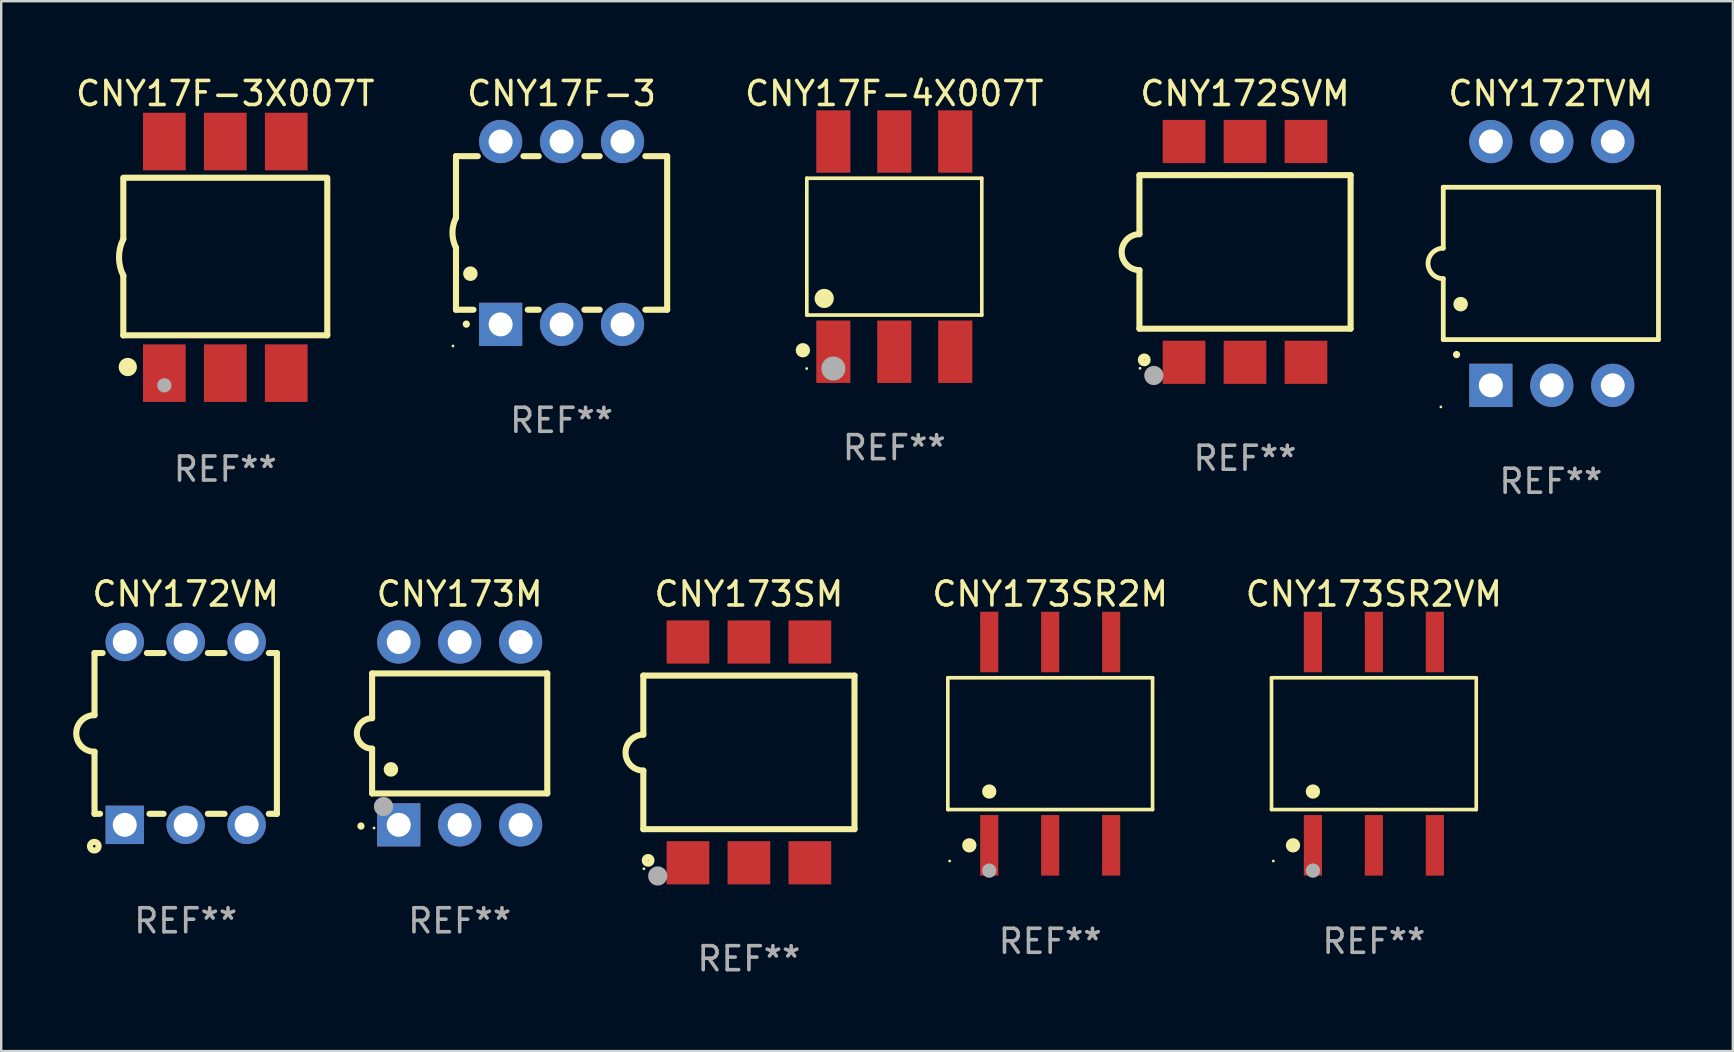
<source format=kicad_pcb>
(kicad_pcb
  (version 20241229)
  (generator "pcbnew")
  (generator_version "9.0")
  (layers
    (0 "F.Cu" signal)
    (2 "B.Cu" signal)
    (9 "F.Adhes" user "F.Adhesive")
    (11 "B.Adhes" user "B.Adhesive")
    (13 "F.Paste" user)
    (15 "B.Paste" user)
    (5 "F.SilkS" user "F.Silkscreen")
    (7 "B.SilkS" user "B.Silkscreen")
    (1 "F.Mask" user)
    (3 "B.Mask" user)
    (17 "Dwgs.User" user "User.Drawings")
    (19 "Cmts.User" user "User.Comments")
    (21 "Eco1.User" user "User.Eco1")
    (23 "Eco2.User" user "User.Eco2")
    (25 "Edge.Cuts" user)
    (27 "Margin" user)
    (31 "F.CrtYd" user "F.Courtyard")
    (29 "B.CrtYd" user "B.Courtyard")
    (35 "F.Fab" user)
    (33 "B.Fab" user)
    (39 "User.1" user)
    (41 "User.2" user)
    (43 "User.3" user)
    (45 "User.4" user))
  (footprint "CNY173SM"
    (layer "F.Cu")
    (at 28.16 28.305)
    (property "Reference" "CNY173SM" (at 0 -6.6 0) (layer "F.SilkS") (effects (font (size 1 1) (thickness 0.15))))
    (attr through_hole)
    (fp_line (start -4.4 -3.2) (end 4.4 -3.2) (stroke (width 0.254) (type solid)) (layer "F.SilkS"))
    (fp_line (start -4.4 -0.74) (end -4.4 -3.2) (stroke (width 0.254) (type solid)) (layer "F.SilkS"))
    (fp_line (start -4.4 3.2) (end -4.4 0.76) (stroke (width 0.254) (type solid)) (layer "F.SilkS"))
    (fp_line (start 4.4 -3.2) (end 4.4 3.2) (stroke (width 0.254) (type solid)) (layer "F.SilkS"))
    (fp_line (start 4.4 3.2) (end -4.4 3.2) (stroke (width 0.254) (type solid)) (layer "F.SilkS"))
    (fp_arc (start -4.4 0.76002) (mid -5.148869 0.010084) (end -4.399289 -0.73914) (stroke (width 0.254001) (type solid)) (layer "F.SilkS"))
    (fp_circle (center -4.377 4.85) (end -4.347 4.85) (stroke (width 0.06) (type solid)) (fill no) (layer "F.SilkS"))
    (fp_circle (center -4.2 4.5) (end -4.058 4.5) (stroke (width 0.254) (type solid)) (fill no) (layer "F.SilkS"))
    (fp_circle (center -3.8 5.15) (end -3.6 5.15) (stroke (width 0.4) (type solid)) (fill no) (layer "F.Fab"))
    (fp_text user "REF**" (at 0 8.6 0) (layer "F.Fab") (effects (font (size 1 1) (thickness 0.15))))
    (pad "1" smd rect (at -2.54 4.6) (size 1.78 1.8) (layers "F.Cu" "F.Mask" "F.Paste"))
    (pad "2" smd rect (at 0 4.6) (size 1.78 1.8) (layers "F.Cu" "F.Mask" "F.Paste"))
    (pad "3" smd rect (at 2.54 4.6) (size 1.78 1.8) (layers "F.Cu" "F.Mask" "F.Paste"))
    (pad "4" smd rect (at 2.54 -4.6) (size 1.78 1.8) (layers "F.Cu" "F.Mask" "F.Paste"))
    (pad "5" smd rect (at 0 -4.6) (size 1.78 1.8) (layers "F.Cu" "F.Mask" "F.Paste"))
    (pad "6" smd rect (at -2.54 -4.6) (size 1.78 1.8) (layers "F.Cu" "F.Mask" "F.Paste")))
  (footprint "CNY172SVM"
    (layer "F.Cu")
    (at 48.835 7.448)
    (property "Reference" "CNY172SVM" (at 0 -6.6 0) (layer "F.SilkS") (effects (font (size 1 1) (thickness 0.15))))
    (attr through_hole)
    (fp_line (start -4.4 -3.2) (end 4.4 -3.2) (stroke (width 0.254) (type solid)) (layer "F.SilkS"))
    (fp_line (start -4.4 -0.74) (end -4.4 -3.2) (stroke (width 0.254) (type solid)) (layer "F.SilkS"))
    (fp_line (start -4.4 3.2) (end -4.4 0.76) (stroke (width 0.254) (type solid)) (layer "F.SilkS"))
    (fp_line (start 4.4 -3.2) (end 4.4 3.2) (stroke (width 0.254) (type solid)) (layer "F.SilkS"))
    (fp_line (start 4.4 3.2) (end -4.4 3.2) (stroke (width 0.254) (type solid)) (layer "F.SilkS"))
    (fp_arc (start -4.4 0.76002) (mid -5.148869 0.010084) (end -4.399289 -0.73914) (stroke (width 0.254001) (type solid)) (layer "F.SilkS"))
    (fp_circle (center -4.377 4.85) (end -4.347 4.85) (stroke (width 0.06) (type solid)) (fill no) (layer "F.SilkS"))
    (fp_circle (center -4.2 4.5) (end -4.058 4.5) (stroke (width 0.254) (type solid)) (fill no) (layer "F.SilkS"))
    (fp_circle (center -3.8 5.15) (end -3.6 5.15) (stroke (width 0.4) (type solid)) (fill no) (layer "F.Fab"))
    (fp_text user "REF**" (at 0 8.6 0) (layer "F.Fab") (effects (font (size 1 1) (thickness 0.15))))
    (pad "1" smd rect (at -2.54 4.6) (size 1.78 1.8) (layers "F.Cu" "F.Mask" "F.Paste"))
    (pad "2" smd rect (at 0 4.6) (size 1.78 1.8) (layers "F.Cu" "F.Mask" "F.Paste"))
    (pad "3" smd rect (at 2.54 4.6) (size 1.78 1.8) (layers "F.Cu" "F.Mask" "F.Paste"))
    (pad "4" smd rect (at 2.54 -4.6) (size 1.78 1.8) (layers "F.Cu" "F.Mask" "F.Paste"))
    (pad "5" smd rect (at 0 -4.6) (size 1.78 1.8) (layers "F.Cu" "F.Mask" "F.Paste"))
    (pad "6" smd rect (at -2.54 -4.6) (size 1.78 1.8) (layers "F.Cu" "F.Mask" "F.Paste")))
  (footprint "CNY17F-4X007T"
    (layer "F.Cu")
    (at 34.219 7.228)
    (property "Reference" "CNY17F-4X007T" (at 0 -6.38 0) (layer "F.SilkS") (effects (font (size 1 1) (thickness 0.15))))
    (attr through_hole)
    (fp_line (start -3.646 -2.851) (end 3.646 -2.851) (stroke (width 0.152) (type solid)) (layer "F.SilkS"))
    (fp_line (start -3.646 2.851) (end -3.646 -2.851) (stroke (width 0.152) (type solid)) (layer "F.SilkS"))
    (fp_line (start 3.646 -2.851) (end 3.646 2.851) (stroke (width 0.152) (type solid)) (layer "F.SilkS"))
    (fp_line (start 3.646 2.851) (end -3.646 2.851) (stroke (width 0.152) (type solid)) (layer "F.SilkS"))
    (fp_circle (center -3.81 4.318) (end -3.66 4.318) (stroke (width 0.3) (type solid)) (fill no) (layer "F.SilkS"))
    (fp_circle (center -3.65 5.08) (end -3.62 5.08) (stroke (width 0.06) (type solid)) (fill no) (layer "F.SilkS"))
    (fp_circle (center -2.921 2.159) (end -2.721 2.159) (stroke (width 0.4) (type solid)) (fill no) (layer "F.SilkS"))
    (fp_circle (center -2.54 5.08) (end -2.29 5.08) (stroke (width 0.5) (type solid)) (fill no) (layer "F.Fab"))
    (fp_text user "REF**" (at 0 8.38 0) (layer "F.Fab") (effects (font (size 1 1) (thickness 0.15))))
    (pad "1" smd rect (at -2.54 4.38) (size 1.422 2.6) (layers "F.Cu" "F.Mask" "F.Paste"))
    (pad "2" smd rect (at 0 4.38) (size 1.422 2.6) (layers "F.Cu" "F.Mask" "F.Paste"))
    (pad "3" smd rect (at 2.54 4.38) (size 1.422 2.6) (layers "F.Cu" "F.Mask" "F.Paste"))
    (pad "4" smd rect (at 2.54 -4.38) (size 1.422 2.6) (layers "F.Cu" "F.Mask" "F.Paste"))
    (pad "5" smd rect (at 0 -4.38) (size 1.422 2.6) (layers "F.Cu" "F.Mask" "F.Paste"))
    (pad "6" smd rect (at -2.54 -4.38) (size 1.422 2.6) (layers "F.Cu" "F.Mask" "F.Paste")))
  (footprint "CNY17F-3X007T"
    (layer "F.Cu")
    (at 6.339 7.674)
    (property "Reference" "CNY17F-3X007T" (at 0 -6.826 0) (layer "F.SilkS") (effects (font (size 1 1) (thickness 0.15))))
    (attr through_hole)
    (fp_line (start -4.25 -3.317) (end 4.25 -3.317) (stroke (width 0.254) (type solid)) (layer "F.SilkS"))
    (fp_line (start -4.25 -3.25) (end -4.25 -0.762) (stroke (width 0.254) (type solid)) (layer "F.SilkS"))
    (fp_line (start -4.25 3.25) (end -4.25 0.762) (stroke (width 0.254) (type solid)) (layer "F.SilkS"))
    (fp_line (start 4.25 -3.25) (end 4.25 3.25) (stroke (width 0.254) (type solid)) (layer "F.SilkS"))
    (fp_line (start 4.25 3.25) (end -4.25 3.25) (stroke (width 0.254) (type solid)) (layer "F.SilkS"))
    (fp_arc (start -4.249429 0.762001) (mid -4.429513 0.000068) (end -4.250013 -0.762002) (stroke (width 0.254001) (type solid)) (layer "F.SilkS"))
    (fp_circle (center -4.123 4.473) (end -3.996 4.473) (stroke (width 0.254) (type solid)) (fill no) (layer "F.SilkS"))
    (fp_circle (center -4.064 4.572) (end -3.81 4.572) (stroke (width 0.254) (type solid)) (fill no) (layer "F.SilkS"))
    (fp_circle (center -2.54 5.334) (end -2.39 5.334) (stroke (width 0.3) (type solid)) (fill no) (layer "F.Fab"))
    (fp_text user "REF**" (at 0 8.826 0) (layer "F.Fab") (effects (font (size 1 1) (thickness 0.15))))
    (pad "1" smd rect (at -2.54 4.826) (size 1.78 2.4) (layers "F.Cu" "F.Mask" "F.Paste"))
    (pad "2" smd rect (at 0 4.826) (size 1.78 2.4) (layers "F.Cu" "F.Mask" "F.Paste"))
    (pad "3" smd rect (at 2.54 4.826) (size 1.78 2.4) (layers "F.Cu" "F.Mask" "F.Paste"))
    (pad "4" smd rect (at 2.54 -4.826) (size 1.78 2.4) (layers "F.Cu" "F.Mask" "F.Paste"))
    (pad "5" smd rect (at 0 -4.826) (size 1.78 2.4) (layers "F.Cu" "F.Mask" "F.Paste"))
    (pad "6" smd rect (at -2.54 -4.826) (size 1.78 2.4) (layers "F.Cu" "F.Mask" "F.Paste")))
  (footprint "CNY17F-3"
    (layer "F.Cu")
    (at 20.353 6.658)
    (property "Reference" "CNY17F-3" (at 0 -5.81 0) (layer "F.SilkS") (effects (font (size 1 1) (thickness 0.15))))
    (attr through_hole)
    (fp_line (start -4.4 -3.2) (end -4.4 -0.635) (stroke (width 0.254) (type solid)) (layer "F.SilkS"))
    (fp_line (start -4.4 -3.2) (end -3.492 -3.2) (stroke (width 0.254) (type solid)) (layer "F.SilkS"))
    (fp_line (start -4.4 3.2) (end -4.4 0.619) (stroke (width 0.254) (type solid)) (layer "F.SilkS"))
    (fp_line (start -3.671 3.2) (end -4.4 3.2) (stroke (width 0.254) (type solid)) (layer "F.SilkS"))
    (fp_line (start -1.588 -3.2) (end -0.952 -3.2) (stroke (width 0.254) (type solid)) (layer "F.SilkS"))
    (fp_line (start -0.952 3.2) (end -1.409 3.2) (stroke (width 0.254) (type solid)) (layer "F.SilkS"))
    (fp_line (start 0.952 -3.2) (end 1.588 -3.2) (stroke (width 0.254) (type solid)) (layer "F.SilkS"))
    (fp_line (start 1.588 3.2) (end 0.952 3.2) (stroke (width 0.254) (type solid)) (layer "F.SilkS"))
    (fp_line (start 3.492 -3.2) (end 4.4 -3.2) (stroke (width 0.254) (type solid)) (layer "F.SilkS"))
    (fp_line (start 4.4 -3.2) (end 4.4 3.2) (stroke (width 0.254) (type solid)) (layer "F.SilkS"))
    (fp_line (start 4.4 3.2) (end 3.492 3.2) (stroke (width 0.254) (type solid)) (layer "F.SilkS"))
    (fp_arc (start -4.399288 0.619762) (mid -4.547636 -0.007536) (end -4.4 -0.635001) (stroke (width 0.254001) (type solid)) (layer "F.SilkS"))
    (fp_arc (start -3.970028 3.799848) (mid -3.970033 3.798578) (end -3.970028 3.797308) (stroke (width 0.3) (type solid)) (layer "F.SilkS"))
    (fp_arc (start -3.799848 1.699263) (mid -3.799859 1.696723) (end -3.799848 1.694183) (stroke (width 0.6) (type solid)) (layer "F.SilkS"))
    (fp_circle (center -4.527 4.71) (end -4.497 4.71) (stroke (width 0.06) (type solid)) (fill no) (layer "F.SilkS"))
    (fp_text user "REF**" (at 0 7.81 0) (layer "F.Fab") (effects (font (size 1 1) (thickness 0.15))))
    (pad "1" thru_hole rect (at -2.54 3.81 180) (size 1.8 1.8) (drill 1) (layers "*.Cu" "*.Mask"))
    (pad "2" thru_hole circle (at 0 3.81) (size 1.8 1.8) (drill 1) (layers "*.Cu" "*.Mask"))
    (pad "3" thru_hole circle (at 2.54 3.81) (size 1.8 1.8) (drill 1) (layers "*.Cu" "*.Mask"))
    (pad "4" thru_hole circle (at 2.54 -3.81) (size 1.8 1.8) (drill 1) (layers "*.Cu" "*.Mask"))
    (pad "5" thru_hole circle (at 0 -3.81) (size 1.8 1.8) (drill 1) (layers "*.Cu" "*.Mask"))
    (pad "6" thru_hole circle (at -2.54 -3.81) (size 1.8 1.8) (drill 1) (layers "*.Cu" "*.Mask")))
  (footprint "CNY173SR2M"
    (layer "F.Cu")
    (at 40.716 27.942)
    (property "Reference" "CNY173SR2M" (at 0 -6.237 0) (layer "F.SilkS") (effects (font (size 1 1) (thickness 0.15))))
    (attr through_hole)
    (fp_line (start -4.266 -2.746) (end 4.266 -2.746) (stroke (width 0.152) (type solid)) (layer "F.SilkS"))
    (fp_line (start -4.266 2.746) (end -4.266 -2.746) (stroke (width 0.152) (type solid)) (layer "F.SilkS"))
    (fp_line (start 4.266 -2.746) (end 4.266 2.746) (stroke (width 0.152) (type solid)) (layer "F.SilkS"))
    (fp_line (start 4.266 2.746) (end -4.266 2.746) (stroke (width 0.152) (type solid)) (layer "F.SilkS"))
    (fp_circle (center -4.19 4.89) (end -4.16 4.89) (stroke (width 0.06) (type solid)) (fill no) (layer "F.SilkS"))
    (fp_circle (center -3.37 4.237) (end -3.22 4.237) (stroke (width 0.3) (type solid)) (fill no) (layer "F.SilkS"))
    (fp_circle (center -2.54 1.994) (end -2.39 1.994) (stroke (width 0.3) (type solid)) (fill no) (layer "F.SilkS"))
    (fp_circle (center -2.54 5.29) (end -2.39 5.29) (stroke (width 0.3) (type solid)) (fill no) (layer "F.Fab"))
    (fp_text user "REF**" (at 0 8.237 0) (layer "F.Fab") (effects (font (size 1 1) (thickness 0.15))))
    (pad "1" smd rect (at -2.54 4.237) (size 0.756 2.524) (layers "F.Cu" "F.Mask" "F.Paste"))
    (pad "2" smd rect (at 0 4.237) (size 0.756 2.524) (layers "F.Cu" "F.Mask" "F.Paste"))
    (pad "3" smd rect (at 2.54 4.237) (size 0.756 2.524) (layers "F.Cu" "F.Mask" "F.Paste"))
    (pad "4" smd rect (at 2.54 -4.237) (size 0.756 2.524) (layers "F.Cu" "F.Mask" "F.Paste"))
    (pad "5" smd rect (at 0 -4.237) (size 0.756 2.524) (layers "F.Cu" "F.Mask" "F.Paste"))
    (pad "6" smd rect (at -2.54 -4.237) (size 0.756 2.524) (layers "F.Cu" "F.Mask" "F.Paste")))
  (footprint "CNY173M"
    (layer "F.Cu")
    (at 16.107 27.515)
    (property "Reference" "CNY173M" (at 0 -5.81 0) (layer "F.SilkS") (effects (font (size 1 1) (thickness 0.15))))
    (attr through_hole)
    (fp_line (start -3.65 -2.5) (end 3.65 -2.5) (stroke (width 0.254) (type solid)) (layer "F.SilkS"))
    (fp_line (start -3.65 -0.635) (end -3.65 -2.5) (stroke (width 0.254) (type solid)) (layer "F.SilkS"))
    (fp_line (start -3.65 0.635) (end -3.65 2.5) (stroke (width 0.254) (type solid)) (layer "F.SilkS"))
    (fp_line (start -3.65 2.5) (end 3.65 2.5) (stroke (width 0.254) (type solid)) (layer "F.SilkS"))
    (fp_line (start 3.65 -2.5) (end 3.65 2.5) (stroke (width 0.254) (type solid)) (layer "F.SilkS"))
    (fp_arc (start -4.114808 3.860808) (mid -4.114813 3.859538) (end -4.114808 3.858268) (stroke (width 0.3) (type solid)) (layer "F.SilkS"))
    (fp_arc (start -3.650013 0.635001) (mid -4.285014 0) (end -3.650013 -0.635001) (stroke (width 0.254001) (type solid)) (layer "F.SilkS"))
    (fp_arc (start -2.865405 1.501143) (mid -2.865416 1.498603) (end -2.865405 1.496063) (stroke (width 0.6) (type solid)) (layer "F.SilkS"))
    (fp_circle (center -3.57 3.94) (end -3.54 3.94) (stroke (width 0.06) (type solid)) (fill no) (layer "F.SilkS"))
    (fp_circle (center -3.175 3.048) (end -2.975 3.048) (stroke (width 0.4) (type solid)) (fill no) (layer "F.Fab"))
    (fp_text user "REF**" (at 0 7.81 0) (layer "F.Fab") (effects (font (size 1 1) (thickness 0.15))))
    (pad "1" thru_hole rect (at -2.54 3.81 90) (size 1.8 1.8) (drill 1) (layers "*.Cu" "*.Mask"))
    (pad "2" thru_hole circle (at 0 3.81) (size 1.8 1.8) (drill 1) (layers "*.Cu" "*.Mask"))
    (pad "3" thru_hole circle (at 2.54 3.81) (size 1.8 1.8) (drill 1) (layers "*.Cu" "*.Mask"))
    (pad "4" thru_hole circle (at 2.54 -3.81) (size 1.8 1.8) (drill 1) (layers "*.Cu" "*.Mask"))
    (pad "5" thru_hole circle (at 0 -3.81) (size 1.8 1.8) (drill 1) (layers "*.Cu" "*.Mask"))
    (pad "6" thru_hole circle (at -2.54 -3.81) (size 1.8 1.8) (drill 1) (layers "*.Cu" "*.Mask")))
  (footprint "CNY172TVM"
    (layer "F.Cu")
    (at 61.581 7.928)
    (property "Reference" "CNY172TVM" (at 0 -7.08 0) (layer "F.SilkS") (effects (font (size 1 1) (thickness 0.15))))
    (attr through_hole)
    (fp_line (start -4.484 -3.175) (end 4.484 -3.175) (stroke (width 0.2) (type solid)) (layer "F.SilkS"))
    (fp_line (start -4.484 -0.635) (end -4.484 -3.175) (stroke (width 0.2) (type solid)) (layer "F.SilkS"))
    (fp_line (start -4.484 0.635) (end -4.484 3.175) (stroke (width 0.2) (type solid)) (layer "F.SilkS"))
    (fp_line (start -4.484 3.175) (end 4.484 3.175) (stroke (width 0.2) (type solid)) (layer "F.SilkS"))
    (fp_line (start 4.484 -3.175) (end 4.484 3.175) (stroke (width 0.2) (type solid)) (layer "F.SilkS"))
    (fp_arc (start -4.484379 0.635001) (mid -5.11938 0) (end -4.484379 -0.635001) (stroke (width 0.2) (type solid)) (layer "F.SilkS"))
    (fp_arc (start -3.930658 3.799848) (mid -3.930663 3.798578) (end -3.930658 3.797308) (stroke (width 0.3) (type solid)) (layer "F.SilkS"))
    (fp_arc (start -3.760478 1.699263) (mid -3.760489 1.696723) (end -3.760478 1.694183) (stroke (width 0.6) (type solid)) (layer "F.SilkS"))
    (fp_circle (center -4.584 5.98) (end -4.554 5.98) (stroke (width 0.06) (type solid)) (fill no) (layer "F.SilkS"))
    (fp_text user "REF**" (at 0 9.08 0) (layer "F.Fab") (effects (font (size 1 1) (thickness 0.15))))
    (pad "1" thru_hole rect (at -2.501 5.08 90) (size 1.8 1.8) (drill 1) (layers "*.Cu" "*.Mask"))
    (pad "2" thru_hole circle (at 0.039 5.08) (size 1.8 1.8) (drill 1) (layers "*.Cu" "*.Mask"))
    (pad "3" thru_hole circle (at 2.579 5.08) (size 1.8 1.8) (drill 1) (layers "*.Cu" "*.Mask"))
    (pad "4" thru_hole circle (at 2.579 -5.08) (size 1.8 1.8) (drill 1) (layers "*.Cu" "*.Mask"))
    (pad "5" thru_hole circle (at 0.039 -5.08) (size 1.8 1.8) (drill 1) (layers "*.Cu" "*.Mask"))
    (pad "6" thru_hole circle (at -2.501 -5.08) (size 1.8 1.8) (drill 1) (layers "*.Cu" "*.Mask")))
  (footprint "CNY172VM"
    (layer "F.Cu")
    (at 4.689 27.515)
    (property "Reference" "CNY172VM" (at 0 -5.81 0) (layer "F.SilkS") (effects (font (size 1 1) (thickness 0.15))))
    (attr through_hole)
    (fp_line (start -3.8 3.35) (end -3.8 0.762) (stroke (width 0.254) (type solid)) (layer "F.SilkS"))
    (fp_line (start -3.8 3.35) (end -3.571 3.35) (stroke (width 0.254) (type solid)) (layer "F.SilkS"))
    (fp_line (start -3.8 -3.35) (end -3.8 -0.762) (stroke (width 0.254) (type solid)) (layer "F.SilkS"))
    (fp_line (start -3.8 -3.35) (end -3.463 -3.35) (stroke (width 0.254) (type solid)) (layer "F.SilkS"))
    (fp_line (start -1.617 -3.35) (end -0.923 -3.35) (stroke (width 0.254) (type solid)) (layer "F.SilkS"))
    (fp_line (start -1.509 3.35) (end -0.923 3.35) (stroke (width 0.254) (type solid)) (layer "F.SilkS"))
    (fp_line (start 0.923 -3.35) (end 1.617 -3.35) (stroke (width 0.254) (type solid)) (layer "F.SilkS"))
    (fp_line (start 0.923 3.35) (end 1.617 3.35) (stroke (width 0.254) (type solid)) (layer "F.SilkS"))
    (fp_line (start 3.463 -3.35) (end 3.8 -3.35) (stroke (width 0.254) (type solid)) (layer "F.SilkS"))
    (fp_line (start 3.463 3.35) (end 3.8 3.35) (stroke (width 0.254) (type solid)) (layer "F.SilkS"))
    (fp_line (start 3.8 -3.35) (end 3.8 3.35) (stroke (width 0.254) (type solid)) (layer "F.SilkS"))
    (fp_arc (start -3.800013 0.762002) (mid -4.561837 -0.000089) (end -3.799835 -0.762002) (stroke (width 0.254001) (type solid)) (layer "F.SilkS"))
    (fp_circle (center -3.81 4.699) (end -3.63 4.699) (stroke (width 0.254) (type solid)) (fill no) (layer "F.SilkS"))
    (fp_text user "REF**" (at 0 7.81 0) (layer "F.Fab") (effects (font (size 1 1) (thickness 0.15))))
    (pad "1" thru_hole rect (at -2.54 3.81) (size 1.6 1.6) (drill 1) (layers "*.Cu" "*.Mask"))
    (pad "2" thru_hole circle (at 0.000013 3.81) (size 1.6 1.6) (drill 1) (layers "*.Cu" "*.Mask"))
    (pad "3" thru_hole circle (at 2.54 3.81) (size 1.6 1.6) (drill 1) (layers "*.Cu" "*.Mask"))
    (pad "4" thru_hole circle (at 2.54 -3.81) (size 1.6 1.6) (drill 1) (layers "*.Cu" "*.Mask"))
    (pad "5" thru_hole circle (at 0.000013 -3.81) (size 1.6 1.6) (drill 1) (layers "*.Cu" "*.Mask"))
    (pad "6" thru_hole circle (at -2.54 -3.81) (size 1.6 1.6) (drill 1) (layers "*.Cu" "*.Mask")))
  (footprint "CNY173SR2VM"
    (layer "F.Cu")
    (at 54.205 27.942)
    (property "Reference" "CNY173SR2VM" (at 0 -6.237 0) (layer "F.SilkS") (effects (font (size 1 1) (thickness 0.15))))
    (attr through_hole)
    (fp_line (start -4.266 -2.746) (end 4.266 -2.746) (stroke (width 0.152) (type solid)) (layer "F.SilkS"))
    (fp_line (start -4.266 2.746) (end -4.266 -2.746) (stroke (width 0.152) (type solid)) (layer "F.SilkS"))
    (fp_line (start 4.266 -2.746) (end 4.266 2.746) (stroke (width 0.152) (type solid)) (layer "F.SilkS"))
    (fp_line (start 4.266 2.746) (end -4.266 2.746) (stroke (width 0.152) (type solid)) (layer "F.SilkS"))
    (fp_circle (center -4.19 4.89) (end -4.16 4.89) (stroke (width 0.06) (type solid)) (fill no) (layer "F.SilkS"))
    (fp_circle (center -3.37 4.237) (end -3.22 4.237) (stroke (width 0.3) (type solid)) (fill no) (layer "F.SilkS"))
    (fp_circle (center -2.54 1.994) (end -2.39 1.994) (stroke (width 0.3) (type solid)) (fill no) (layer "F.SilkS"))
    (fp_circle (center -2.54 5.29) (end -2.39 5.29) (stroke (width 0.3) (type solid)) (fill no) (layer "F.Fab"))
    (fp_text user "REF**" (at 0 8.237 0) (layer "F.Fab") (effects (font (size 1 1) (thickness 0.15))))
    (pad "1" smd rect (at -2.54 4.237) (size 0.756 2.524) (layers "F.Cu" "F.Mask" "F.Paste"))
    (pad "2" smd rect (at 0 4.237) (size 0.756 2.524) (layers "F.Cu" "F.Mask" "F.Paste"))
    (pad "3" smd rect (at 2.54 4.237) (size 0.756 2.524) (layers "F.Cu" "F.Mask" "F.Paste"))
    (pad "4" smd rect (at 2.54 -4.237) (size 0.756 2.524) (layers "F.Cu" "F.Mask" "F.Paste"))
    (pad "5" smd rect (at 0 -4.237) (size 0.756 2.524) (layers "F.Cu" "F.Mask" "F.Paste"))
    (pad "6" smd rect (at -2.54 -4.237) (size 0.756 2.524) (layers "F.Cu" "F.Mask" "F.Paste")))
  (gr_rect
    (start -3 -3)
    (end 69.165 40.753)
    (stroke (width 0.1) (type default))
    (fill no)
    (layer "Edge.Cuts")))
</source>
